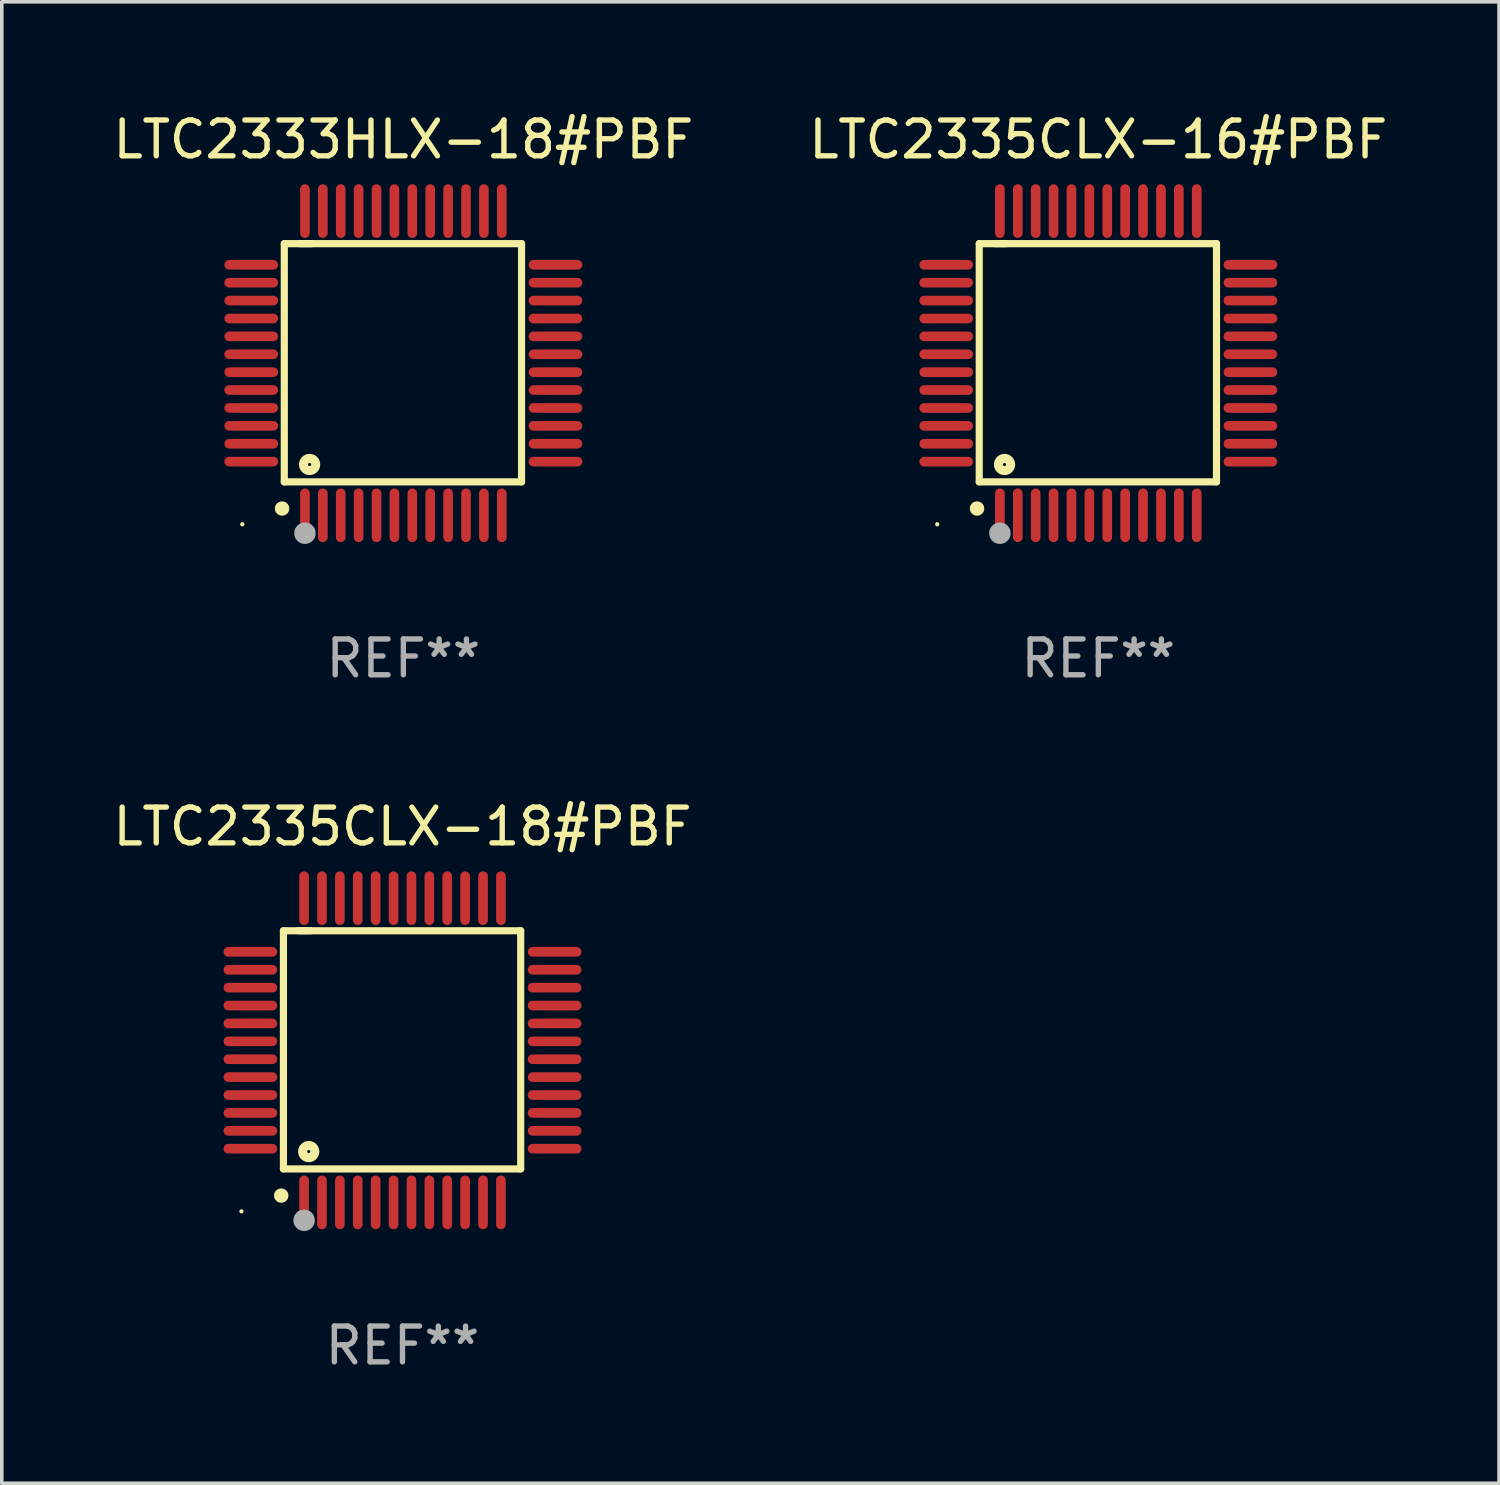
<source format=kicad_pcb>
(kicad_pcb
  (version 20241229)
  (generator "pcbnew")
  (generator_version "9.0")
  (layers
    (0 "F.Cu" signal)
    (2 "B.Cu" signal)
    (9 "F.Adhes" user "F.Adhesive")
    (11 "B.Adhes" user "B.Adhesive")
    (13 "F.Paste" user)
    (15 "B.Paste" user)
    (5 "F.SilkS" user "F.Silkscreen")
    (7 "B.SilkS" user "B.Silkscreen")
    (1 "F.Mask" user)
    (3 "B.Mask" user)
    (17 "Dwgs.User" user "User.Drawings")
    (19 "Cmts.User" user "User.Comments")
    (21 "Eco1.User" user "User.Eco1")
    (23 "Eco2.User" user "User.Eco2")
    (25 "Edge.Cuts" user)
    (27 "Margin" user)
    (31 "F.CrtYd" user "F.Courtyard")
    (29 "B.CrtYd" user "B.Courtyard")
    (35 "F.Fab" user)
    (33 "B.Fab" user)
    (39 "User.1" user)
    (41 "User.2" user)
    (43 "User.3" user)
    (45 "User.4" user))
  (footprint "LTC2333HLX-18#PBF"
    (layer "F.Cu")
    (at 8.22 7.098)
    (property "Reference" "LTC2333HLX-18#PBF" (at 0 -6.25 0) (layer "F.SilkS") (effects (font (size 1 1) (thickness 0.15))))
    (attr through_hole)
    (fp_line (start -3.327 -3.34) (end -2.565 -3.34) (stroke (width 0.2) (type solid)) (layer "F.SilkS"))
    (fp_line (start -3.327 3.315) (end -3.327 -3.34) (stroke (width 0.2) (type solid)) (layer "F.SilkS"))
    (fp_line (start -2.896 -3.34) (end 3.302 -3.34) (stroke (width 0.2) (type solid)) (layer "F.SilkS"))
    (fp_line (start 3.302 -3.34) (end 3.302 3.315) (stroke (width 0.2) (type solid)) (layer "F.SilkS"))
    (fp_line (start 3.302 3.315) (end -3.327 3.315) (stroke (width 0.2) (type solid)) (layer "F.SilkS"))
    (fp_arc (start -3.389992 4.059995) (mid -3.388722 4.059991) (end -3.387452 4.059995) (stroke (width 0.4) (type solid)) (layer "F.SilkS"))
    (fp_circle (center -4.5 4.5) (end -4.47 4.5) (stroke (width 0.06) (type solid)) (fill no) (layer "F.SilkS"))
    (fp_circle (center -2.62 2.83) (end -2.45 2.83) (stroke (width 0.254) (type solid)) (fill no) (layer "F.SilkS"))
    (fp_circle (center -2.75 4.75) (end -2.6 4.75) (stroke (width 0.3) (type solid)) (fill no) (layer "F.Fab"))
    (fp_text user "REF**" (at 0 8.25 0) (layer "F.Fab") (effects (font (size 1 1) (thickness 0.15))))
    (pad "1" smd oval (at -2.75 4.25) (size 0.27 1.5) (layers "F.Cu" "F.Mask" "F.Paste"))
    (pad "2" smd oval (at -2.25 4.25) (size 0.27 1.5) (layers "F.Cu" "F.Mask" "F.Paste"))
    (pad "3" smd oval (at -1.75 4.25) (size 0.27 1.5) (layers "F.Cu" "F.Mask" "F.Paste"))
    (pad "4" smd oval (at -1.25 4.25) (size 0.27 1.5) (layers "F.Cu" "F.Mask" "F.Paste"))
    (pad "5" smd oval (at -0.75 4.25) (size 0.27 1.5) (layers "F.Cu" "F.Mask" "F.Paste"))
    (pad "6" smd oval (at -0.25 4.25) (size 0.27 1.5) (layers "F.Cu" "F.Mask" "F.Paste"))
    (pad "7" smd oval (at 0.25 4.25) (size 0.27 1.5) (layers "F.Cu" "F.Mask" "F.Paste"))
    (pad "8" smd oval (at 0.75 4.25) (size 0.27 1.5) (layers "F.Cu" "F.Mask" "F.Paste"))
    (pad "9" smd oval (at 1.25 4.25) (size 0.27 1.5) (layers "F.Cu" "F.Mask" "F.Paste"))
    (pad "10" smd oval (at 1.75 4.25) (size 0.27 1.5) (layers "F.Cu" "F.Mask" "F.Paste"))
    (pad "11" smd oval (at 2.25 4.25) (size 0.27 1.5) (layers "F.Cu" "F.Mask" "F.Paste"))
    (pad "12" smd oval (at 2.75 4.25) (size 0.27 1.5) (layers "F.Cu" "F.Mask" "F.Paste"))
    (pad "13" smd oval (at 4.25 2.75) (size 1.5 0.27) (layers "F.Cu" "F.Mask" "F.Paste"))
    (pad "14" smd oval (at 4.25 2.25) (size 1.5 0.27) (layers "F.Cu" "F.Mask" "F.Paste"))
    (pad "15" smd oval (at 4.25 1.75) (size 1.5 0.27) (layers "F.Cu" "F.Mask" "F.Paste"))
    (pad "16" smd oval (at 4.25 1.25) (size 1.5 0.27) (layers "F.Cu" "F.Mask" "F.Paste"))
    (pad "17" smd oval (at 4.25 0.75) (size 1.5 0.27) (layers "F.Cu" "F.Mask" "F.Paste"))
    (pad "18" smd oval (at 4.25 0.25) (size 1.5 0.27) (layers "F.Cu" "F.Mask" "F.Paste"))
    (pad "19" smd oval (at 4.25 -0.25) (size 1.5 0.27) (layers "F.Cu" "F.Mask" "F.Paste"))
    (pad "20" smd oval (at 4.25 -0.75) (size 1.5 0.27) (layers "F.Cu" "F.Mask" "F.Paste"))
    (pad "21" smd oval (at 4.25 -1.25) (size 1.5 0.27) (layers "F.Cu" "F.Mask" "F.Paste"))
    (pad "22" smd oval (at 4.25 -1.75) (size 1.5 0.27) (layers "F.Cu" "F.Mask" "F.Paste"))
    (pad "23" smd oval (at 4.25 -2.25) (size 1.5 0.27) (layers "F.Cu" "F.Mask" "F.Paste"))
    (pad "24" smd oval (at 4.25 -2.75) (size 1.5 0.27) (layers "F.Cu" "F.Mask" "F.Paste"))
    (pad "25" smd oval (at 2.75 -4.25) (size 0.27 1.5) (layers "F.Cu" "F.Mask" "F.Paste"))
    (pad "26" smd oval (at 2.25 -4.25) (size 0.27 1.5) (layers "F.Cu" "F.Mask" "F.Paste"))
    (pad "27" smd oval (at 1.75 -4.25) (size 0.27 1.5) (layers "F.Cu" "F.Mask" "F.Paste"))
    (pad "28" smd oval (at 1.25 -4.25) (size 0.27 1.5) (layers "F.Cu" "F.Mask" "F.Paste"))
    (pad "29" smd oval (at 0.75 -4.25) (size 0.27 1.5) (layers "F.Cu" "F.Mask" "F.Paste"))
    (pad "30" smd oval (at 0.25 -4.25) (size 0.27 1.5) (layers "F.Cu" "F.Mask" "F.Paste"))
    (pad "31" smd oval (at -0.25 -4.25) (size 0.27 1.5) (layers "F.Cu" "F.Mask" "F.Paste"))
    (pad "32" smd oval (at -0.75 -4.25) (size 0.27 1.5) (layers "F.Cu" "F.Mask" "F.Paste"))
    (pad "33" smd oval (at -1.25 -4.25) (size 0.27 1.5) (layers "F.Cu" "F.Mask" "F.Paste"))
    (pad "34" smd oval (at -1.75 -4.25) (size 0.27 1.5) (layers "F.Cu" "F.Mask" "F.Paste"))
    (pad "35" smd oval (at -2.25 -4.25) (size 0.27 1.5) (layers "F.Cu" "F.Mask" "F.Paste"))
    (pad "36" smd oval (at -2.75 -4.25) (size 0.27 1.5) (layers "F.Cu" "F.Mask" "F.Paste"))
    (pad "37" smd oval (at -4.25 -2.75) (size 1.5 0.27) (layers "F.Cu" "F.Mask" "F.Paste"))
    (pad "38" smd oval (at -4.25 -2.25) (size 1.5 0.27) (layers "F.Cu" "F.Mask" "F.Paste"))
    (pad "39" smd oval (at -4.25 -1.75) (size 1.5 0.27) (layers "F.Cu" "F.Mask" "F.Paste"))
    (pad "40" smd oval (at -4.25 -1.25) (size 1.5 0.27) (layers "F.Cu" "F.Mask" "F.Paste"))
    (pad "41" smd oval (at -4.25 -0.75) (size 1.5 0.27) (layers "F.Cu" "F.Mask" "F.Paste"))
    (pad "42" smd oval (at -4.25 -0.25) (size 1.5 0.27) (layers "F.Cu" "F.Mask" "F.Paste"))
    (pad "43" smd oval (at -4.25 0.25) (size 1.5 0.27) (layers "F.Cu" "F.Mask" "F.Paste"))
    (pad "44" smd oval (at -4.25 0.75) (size 1.5 0.27) (layers "F.Cu" "F.Mask" "F.Paste"))
    (pad "45" smd oval (at -4.25 1.25) (size 1.5 0.27) (layers "F.Cu" "F.Mask" "F.Paste"))
    (pad "46" smd oval (at -4.25 1.75) (size 1.5 0.27) (layers "F.Cu" "F.Mask" "F.Paste"))
    (pad "47" smd oval (at -4.25 2.25) (size 1.5 0.27) (layers "F.Cu" "F.Mask" "F.Paste"))
    (pad "48" smd oval (at -4.25 2.75) (size 1.5 0.27) (layers "F.Cu" "F.Mask" "F.Paste")))
  (footprint "LTC2335CLX-18#PBF"
    (layer "F.Cu")
    (at 8.196 26.295)
    (property "Reference" "LTC2335CLX-18#PBF" (at 0 -6.25 0) (layer "F.SilkS") (effects (font (size 1 1) (thickness 0.15))))
    (attr through_hole)
    (fp_line (start -3.327 -3.34) (end -2.565 -3.34) (stroke (width 0.2) (type solid)) (layer "F.SilkS"))
    (fp_line (start -3.327 3.315) (end -3.327 -3.34) (stroke (width 0.2) (type solid)) (layer "F.SilkS"))
    (fp_line (start -2.896 -3.34) (end 3.302 -3.34) (stroke (width 0.2) (type solid)) (layer "F.SilkS"))
    (fp_line (start 3.302 -3.34) (end 3.302 3.315) (stroke (width 0.2) (type solid)) (layer "F.SilkS"))
    (fp_line (start 3.302 3.315) (end -3.327 3.315) (stroke (width 0.2) (type solid)) (layer "F.SilkS"))
    (fp_arc (start -3.389992 4.059995) (mid -3.388722 4.059991) (end -3.387452 4.059995) (stroke (width 0.4) (type solid)) (layer "F.SilkS"))
    (fp_circle (center -4.5 4.5) (end -4.47 4.5) (stroke (width 0.06) (type solid)) (fill no) (layer "F.SilkS"))
    (fp_circle (center -2.62 2.83) (end -2.45 2.83) (stroke (width 0.254) (type solid)) (fill no) (layer "F.SilkS"))
    (fp_circle (center -2.75 4.75) (end -2.6 4.75) (stroke (width 0.3) (type solid)) (fill no) (layer "F.Fab"))
    (fp_text user "REF**" (at 0 8.25 0) (layer "F.Fab") (effects (font (size 1 1) (thickness 0.15))))
    (pad "1" smd oval (at -2.75 4.25) (size 0.27 1.5) (layers "F.Cu" "F.Mask" "F.Paste"))
    (pad "2" smd oval (at -2.25 4.25) (size 0.27 1.5) (layers "F.Cu" "F.Mask" "F.Paste"))
    (pad "3" smd oval (at -1.75 4.25) (size 0.27 1.5) (layers "F.Cu" "F.Mask" "F.Paste"))
    (pad "4" smd oval (at -1.25 4.25) (size 0.27 1.5) (layers "F.Cu" "F.Mask" "F.Paste"))
    (pad "5" smd oval (at -0.75 4.25) (size 0.27 1.5) (layers "F.Cu" "F.Mask" "F.Paste"))
    (pad "6" smd oval (at -0.25 4.25) (size 0.27 1.5) (layers "F.Cu" "F.Mask" "F.Paste"))
    (pad "7" smd oval (at 0.25 4.25) (size 0.27 1.5) (layers "F.Cu" "F.Mask" "F.Paste"))
    (pad "8" smd oval (at 0.75 4.25) (size 0.27 1.5) (layers "F.Cu" "F.Mask" "F.Paste"))
    (pad "9" smd oval (at 1.25 4.25) (size 0.27 1.5) (layers "F.Cu" "F.Mask" "F.Paste"))
    (pad "10" smd oval (at 1.75 4.25) (size 0.27 1.5) (layers "F.Cu" "F.Mask" "F.Paste"))
    (pad "11" smd oval (at 2.25 4.25) (size 0.27 1.5) (layers "F.Cu" "F.Mask" "F.Paste"))
    (pad "12" smd oval (at 2.75 4.25) (size 0.27 1.5) (layers "F.Cu" "F.Mask" "F.Paste"))
    (pad "13" smd oval (at 4.25 2.75) (size 1.5 0.27) (layers "F.Cu" "F.Mask" "F.Paste"))
    (pad "14" smd oval (at 4.25 2.25) (size 1.5 0.27) (layers "F.Cu" "F.Mask" "F.Paste"))
    (pad "15" smd oval (at 4.25 1.75) (size 1.5 0.27) (layers "F.Cu" "F.Mask" "F.Paste"))
    (pad "16" smd oval (at 4.25 1.25) (size 1.5 0.27) (layers "F.Cu" "F.Mask" "F.Paste"))
    (pad "17" smd oval (at 4.25 0.75) (size 1.5 0.27) (layers "F.Cu" "F.Mask" "F.Paste"))
    (pad "18" smd oval (at 4.25 0.25) (size 1.5 0.27) (layers "F.Cu" "F.Mask" "F.Paste"))
    (pad "19" smd oval (at 4.25 -0.25) (size 1.5 0.27) (layers "F.Cu" "F.Mask" "F.Paste"))
    (pad "20" smd oval (at 4.25 -0.75) (size 1.5 0.27) (layers "F.Cu" "F.Mask" "F.Paste"))
    (pad "21" smd oval (at 4.25 -1.25) (size 1.5 0.27) (layers "F.Cu" "F.Mask" "F.Paste"))
    (pad "22" smd oval (at 4.25 -1.75) (size 1.5 0.27) (layers "F.Cu" "F.Mask" "F.Paste"))
    (pad "23" smd oval (at 4.25 -2.25) (size 1.5 0.27) (layers "F.Cu" "F.Mask" "F.Paste"))
    (pad "24" smd oval (at 4.25 -2.75) (size 1.5 0.27) (layers "F.Cu" "F.Mask" "F.Paste"))
    (pad "25" smd oval (at 2.75 -4.25) (size 0.27 1.5) (layers "F.Cu" "F.Mask" "F.Paste"))
    (pad "26" smd oval (at 2.25 -4.25) (size 0.27 1.5) (layers "F.Cu" "F.Mask" "F.Paste"))
    (pad "27" smd oval (at 1.75 -4.25) (size 0.27 1.5) (layers "F.Cu" "F.Mask" "F.Paste"))
    (pad "28" smd oval (at 1.25 -4.25) (size 0.27 1.5) (layers "F.Cu" "F.Mask" "F.Paste"))
    (pad "29" smd oval (at 0.75 -4.25) (size 0.27 1.5) (layers "F.Cu" "F.Mask" "F.Paste"))
    (pad "30" smd oval (at 0.25 -4.25) (size 0.27 1.5) (layers "F.Cu" "F.Mask" "F.Paste"))
    (pad "31" smd oval (at -0.25 -4.25) (size 0.27 1.5) (layers "F.Cu" "F.Mask" "F.Paste"))
    (pad "32" smd oval (at -0.75 -4.25) (size 0.27 1.5) (layers "F.Cu" "F.Mask" "F.Paste"))
    (pad "33" smd oval (at -1.25 -4.25) (size 0.27 1.5) (layers "F.Cu" "F.Mask" "F.Paste"))
    (pad "34" smd oval (at -1.75 -4.25) (size 0.27 1.5) (layers "F.Cu" "F.Mask" "F.Paste"))
    (pad "35" smd oval (at -2.25 -4.25) (size 0.27 1.5) (layers "F.Cu" "F.Mask" "F.Paste"))
    (pad "36" smd oval (at -2.75 -4.25) (size 0.27 1.5) (layers "F.Cu" "F.Mask" "F.Paste"))
    (pad "37" smd oval (at -4.25 -2.75) (size 1.5 0.27) (layers "F.Cu" "F.Mask" "F.Paste"))
    (pad "38" smd oval (at -4.25 -2.25) (size 1.5 0.27) (layers "F.Cu" "F.Mask" "F.Paste"))
    (pad "39" smd oval (at -4.25 -1.75) (size 1.5 0.27) (layers "F.Cu" "F.Mask" "F.Paste"))
    (pad "40" smd oval (at -4.25 -1.25) (size 1.5 0.27) (layers "F.Cu" "F.Mask" "F.Paste"))
    (pad "41" smd oval (at -4.25 -0.75) (size 1.5 0.27) (layers "F.Cu" "F.Mask" "F.Paste"))
    (pad "42" smd oval (at -4.25 -0.25) (size 1.5 0.27) (layers "F.Cu" "F.Mask" "F.Paste"))
    (pad "43" smd oval (at -4.25 0.25) (size 1.5 0.27) (layers "F.Cu" "F.Mask" "F.Paste"))
    (pad "44" smd oval (at -4.25 0.75) (size 1.5 0.27) (layers "F.Cu" "F.Mask" "F.Paste"))
    (pad "45" smd oval (at -4.25 1.25) (size 1.5 0.27) (layers "F.Cu" "F.Mask" "F.Paste"))
    (pad "46" smd oval (at -4.25 1.75) (size 1.5 0.27) (layers "F.Cu" "F.Mask" "F.Paste"))
    (pad "47" smd oval (at -4.25 2.25) (size 1.5 0.27) (layers "F.Cu" "F.Mask" "F.Paste"))
    (pad "48" smd oval (at -4.25 2.75) (size 1.5 0.27) (layers "F.Cu" "F.Mask" "F.Paste")))
  (footprint "LTC2335CLX-16#PBF"
    (layer "F.Cu")
    (at 27.637 7.098)
    (property "Reference" "LTC2335CLX-16#PBF" (at 0 -6.25 0) (layer "F.SilkS") (effects (font (size 1 1) (thickness 0.15))))
    (attr through_hole)
    (fp_line (start -3.327 -3.34) (end -2.565 -3.34) (stroke (width 0.2) (type solid)) (layer "F.SilkS"))
    (fp_line (start -3.327 3.315) (end -3.327 -3.34) (stroke (width 0.2) (type solid)) (layer "F.SilkS"))
    (fp_line (start -2.896 -3.34) (end 3.302 -3.34) (stroke (width 0.2) (type solid)) (layer "F.SilkS"))
    (fp_line (start 3.302 -3.34) (end 3.302 3.315) (stroke (width 0.2) (type solid)) (layer "F.SilkS"))
    (fp_line (start 3.302 3.315) (end -3.327 3.315) (stroke (width 0.2) (type solid)) (layer "F.SilkS"))
    (fp_arc (start -3.389992 4.059995) (mid -3.388722 4.059991) (end -3.387452 4.059995) (stroke (width 0.4) (type solid)) (layer "F.SilkS"))
    (fp_circle (center -4.5 4.5) (end -4.47 4.5) (stroke (width 0.06) (type solid)) (fill no) (layer "F.SilkS"))
    (fp_circle (center -2.62 2.83) (end -2.45 2.83) (stroke (width 0.254) (type solid)) (fill no) (layer "F.SilkS"))
    (fp_circle (center -2.75 4.75) (end -2.6 4.75) (stroke (width 0.3) (type solid)) (fill no) (layer "F.Fab"))
    (fp_text user "REF**" (at 0 8.25 0) (layer "F.Fab") (effects (font (size 1 1) (thickness 0.15))))
    (pad "1" smd oval (at -2.75 4.25) (size 0.27 1.5) (layers "F.Cu" "F.Mask" "F.Paste"))
    (pad "2" smd oval (at -2.25 4.25) (size 0.27 1.5) (layers "F.Cu" "F.Mask" "F.Paste"))
    (pad "3" smd oval (at -1.75 4.25) (size 0.27 1.5) (layers "F.Cu" "F.Mask" "F.Paste"))
    (pad "4" smd oval (at -1.25 4.25) (size 0.27 1.5) (layers "F.Cu" "F.Mask" "F.Paste"))
    (pad "5" smd oval (at -0.75 4.25) (size 0.27 1.5) (layers "F.Cu" "F.Mask" "F.Paste"))
    (pad "6" smd oval (at -0.25 4.25) (size 0.27 1.5) (layers "F.Cu" "F.Mask" "F.Paste"))
    (pad "7" smd oval (at 0.25 4.25) (size 0.27 1.5) (layers "F.Cu" "F.Mask" "F.Paste"))
    (pad "8" smd oval (at 0.75 4.25) (size 0.27 1.5) (layers "F.Cu" "F.Mask" "F.Paste"))
    (pad "9" smd oval (at 1.25 4.25) (size 0.27 1.5) (layers "F.Cu" "F.Mask" "F.Paste"))
    (pad "10" smd oval (at 1.75 4.25) (size 0.27 1.5) (layers "F.Cu" "F.Mask" "F.Paste"))
    (pad "11" smd oval (at 2.25 4.25) (size 0.27 1.5) (layers "F.Cu" "F.Mask" "F.Paste"))
    (pad "12" smd oval (at 2.75 4.25) (size 0.27 1.5) (layers "F.Cu" "F.Mask" "F.Paste"))
    (pad "13" smd oval (at 4.25 2.75) (size 1.5 0.27) (layers "F.Cu" "F.Mask" "F.Paste"))
    (pad "14" smd oval (at 4.25 2.25) (size 1.5 0.27) (layers "F.Cu" "F.Mask" "F.Paste"))
    (pad "15" smd oval (at 4.25 1.75) (size 1.5 0.27) (layers "F.Cu" "F.Mask" "F.Paste"))
    (pad "16" smd oval (at 4.25 1.25) (size 1.5 0.27) (layers "F.Cu" "F.Mask" "F.Paste"))
    (pad "17" smd oval (at 4.25 0.75) (size 1.5 0.27) (layers "F.Cu" "F.Mask" "F.Paste"))
    (pad "18" smd oval (at 4.25 0.25) (size 1.5 0.27) (layers "F.Cu" "F.Mask" "F.Paste"))
    (pad "19" smd oval (at 4.25 -0.25) (size 1.5 0.27) (layers "F.Cu" "F.Mask" "F.Paste"))
    (pad "20" smd oval (at 4.25 -0.75) (size 1.5 0.27) (layers "F.Cu" "F.Mask" "F.Paste"))
    (pad "21" smd oval (at 4.25 -1.25) (size 1.5 0.27) (layers "F.Cu" "F.Mask" "F.Paste"))
    (pad "22" smd oval (at 4.25 -1.75) (size 1.5 0.27) (layers "F.Cu" "F.Mask" "F.Paste"))
    (pad "23" smd oval (at 4.25 -2.25) (size 1.5 0.27) (layers "F.Cu" "F.Mask" "F.Paste"))
    (pad "24" smd oval (at 4.25 -2.75) (size 1.5 0.27) (layers "F.Cu" "F.Mask" "F.Paste"))
    (pad "25" smd oval (at 2.75 -4.25) (size 0.27 1.5) (layers "F.Cu" "F.Mask" "F.Paste"))
    (pad "26" smd oval (at 2.25 -4.25) (size 0.27 1.5) (layers "F.Cu" "F.Mask" "F.Paste"))
    (pad "27" smd oval (at 1.75 -4.25) (size 0.27 1.5) (layers "F.Cu" "F.Mask" "F.Paste"))
    (pad "28" smd oval (at 1.25 -4.25) (size 0.27 1.5) (layers "F.Cu" "F.Mask" "F.Paste"))
    (pad "29" smd oval (at 0.75 -4.25) (size 0.27 1.5) (layers "F.Cu" "F.Mask" "F.Paste"))
    (pad "30" smd oval (at 0.25 -4.25) (size 0.27 1.5) (layers "F.Cu" "F.Mask" "F.Paste"))
    (pad "31" smd oval (at -0.25 -4.25) (size 0.27 1.5) (layers "F.Cu" "F.Mask" "F.Paste"))
    (pad "32" smd oval (at -0.75 -4.25) (size 0.27 1.5) (layers "F.Cu" "F.Mask" "F.Paste"))
    (pad "33" smd oval (at -1.25 -4.25) (size 0.27 1.5) (layers "F.Cu" "F.Mask" "F.Paste"))
    (pad "34" smd oval (at -1.75 -4.25) (size 0.27 1.5) (layers "F.Cu" "F.Mask" "F.Paste"))
    (pad "35" smd oval (at -2.25 -4.25) (size 0.27 1.5) (layers "F.Cu" "F.Mask" "F.Paste"))
    (pad "36" smd oval (at -2.75 -4.25) (size 0.27 1.5) (layers "F.Cu" "F.Mask" "F.Paste"))
    (pad "37" smd oval (at -4.25 -2.75) (size 1.5 0.27) (layers "F.Cu" "F.Mask" "F.Paste"))
    (pad "38" smd oval (at -4.25 -2.25) (size 1.5 0.27) (layers "F.Cu" "F.Mask" "F.Paste"))
    (pad "39" smd oval (at -4.25 -1.75) (size 1.5 0.27) (layers "F.Cu" "F.Mask" "F.Paste"))
    (pad "40" smd oval (at -4.25 -1.25) (size 1.5 0.27) (layers "F.Cu" "F.Mask" "F.Paste"))
    (pad "41" smd oval (at -4.25 -0.75) (size 1.5 0.27) (layers "F.Cu" "F.Mask" "F.Paste"))
    (pad "42" smd oval (at -4.25 -0.25) (size 1.5 0.27) (layers "F.Cu" "F.Mask" "F.Paste"))
    (pad "43" smd oval (at -4.25 0.25) (size 1.5 0.27) (layers "F.Cu" "F.Mask" "F.Paste"))
    (pad "44" smd oval (at -4.25 0.75) (size 1.5 0.27) (layers "F.Cu" "F.Mask" "F.Paste"))
    (pad "45" smd oval (at -4.25 1.25) (size 1.5 0.27) (layers "F.Cu" "F.Mask" "F.Paste"))
    (pad "46" smd oval (at -4.25 1.75) (size 1.5 0.27) (layers "F.Cu" "F.Mask" "F.Paste"))
    (pad "47" smd oval (at -4.25 2.25) (size 1.5 0.27) (layers "F.Cu" "F.Mask" "F.Paste"))
    (pad "48" smd oval (at -4.25 2.75) (size 1.5 0.27) (layers "F.Cu" "F.Mask" "F.Paste")))
  (gr_rect
    (start -3 -3)
    (end 38.833 38.393)
    (stroke (width 0.1) (type default))
    (fill no)
    (layer "Edge.Cuts")))
</source>
